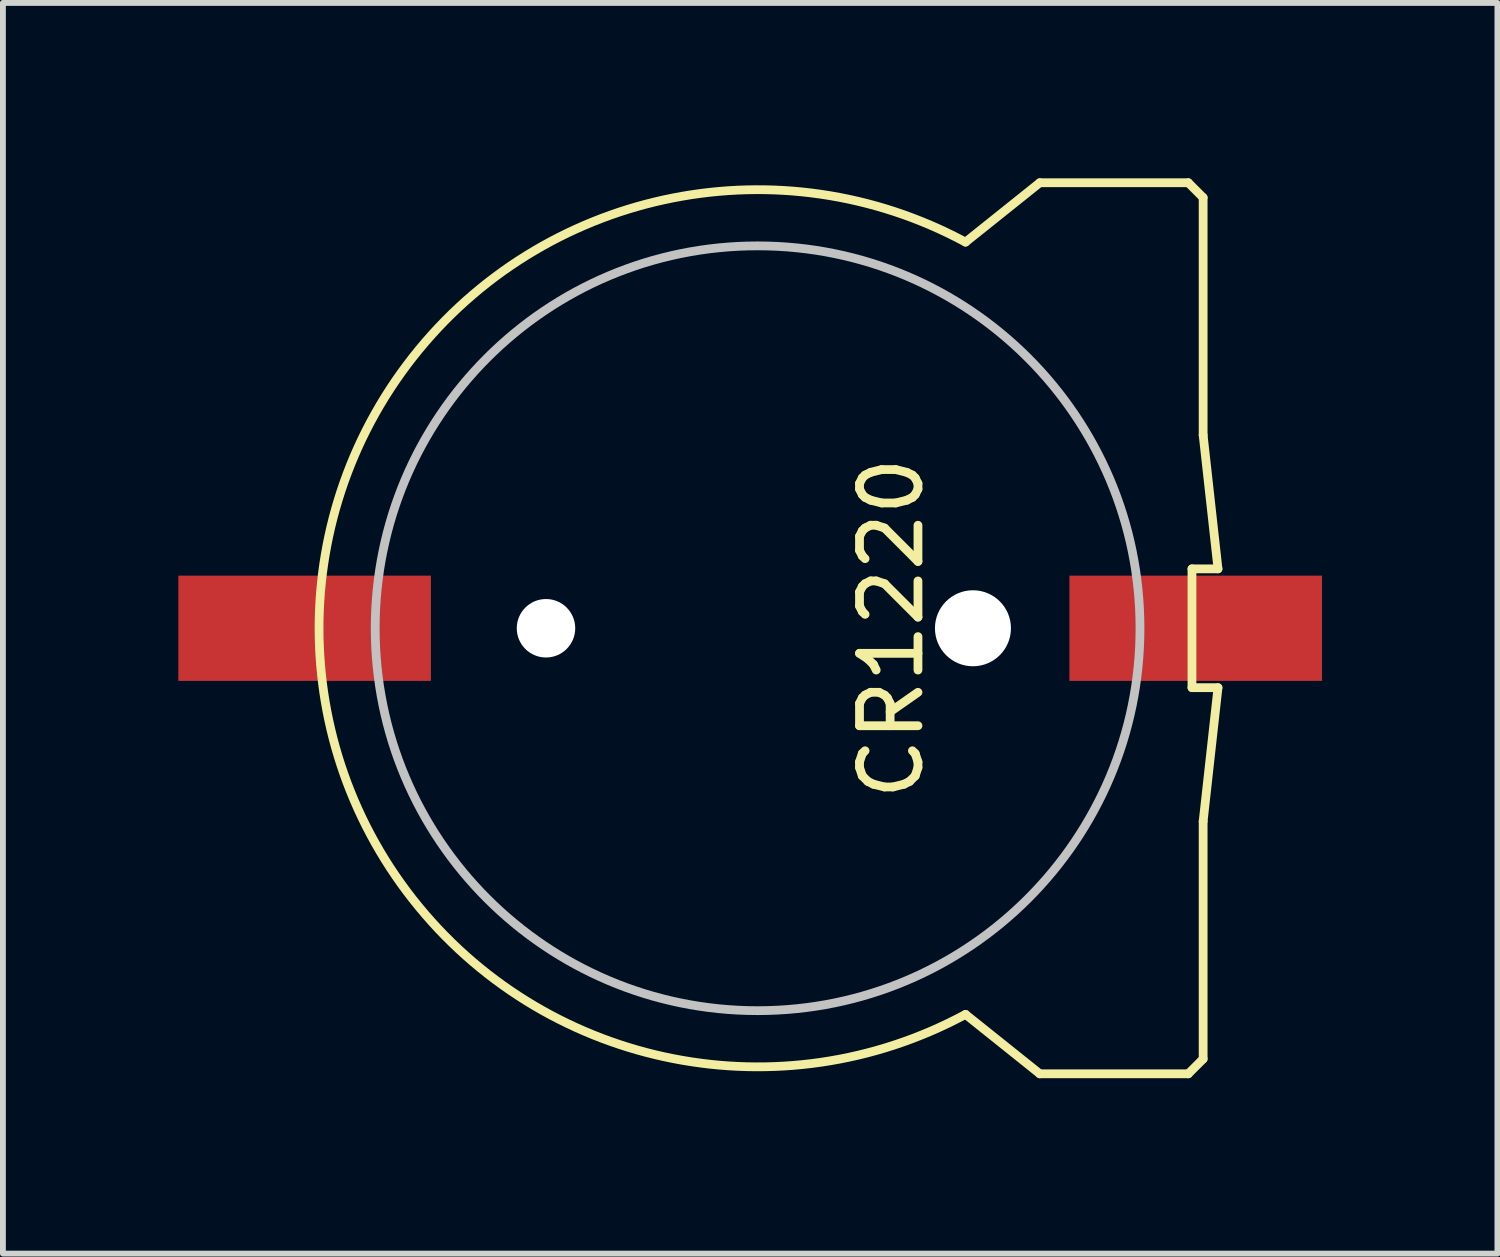
<source format=kicad_pcb>
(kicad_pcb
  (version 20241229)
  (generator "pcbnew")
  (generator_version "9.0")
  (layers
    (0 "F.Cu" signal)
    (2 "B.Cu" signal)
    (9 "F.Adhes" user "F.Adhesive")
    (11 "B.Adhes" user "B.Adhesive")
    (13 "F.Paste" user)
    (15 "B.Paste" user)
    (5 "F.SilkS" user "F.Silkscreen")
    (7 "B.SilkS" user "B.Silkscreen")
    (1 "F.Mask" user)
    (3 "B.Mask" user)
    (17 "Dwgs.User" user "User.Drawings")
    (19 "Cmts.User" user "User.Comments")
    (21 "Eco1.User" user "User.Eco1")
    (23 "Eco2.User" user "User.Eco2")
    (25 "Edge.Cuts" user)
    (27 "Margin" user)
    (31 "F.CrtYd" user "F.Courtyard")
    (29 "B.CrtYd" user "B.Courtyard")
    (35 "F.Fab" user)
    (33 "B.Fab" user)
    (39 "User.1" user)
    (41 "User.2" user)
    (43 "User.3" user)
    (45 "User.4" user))
  (footprint "CR1220"
    (layer "F.Cu")
    (at 9.907 7.695)
    (property "Reference" "CR1220" (at 2.288 0 90) (layer "F.SilkS") (effects (font (size 1 1) (thickness 0.15))))
    (attr through_hole)
    (fp_line (start 3.556 -6.604) (end 4.826 -7.62) (stroke (width 0.15) (type solid)) (layer "F.SilkS"))
    (fp_line (start 4.826 -7.62) (end 7.366 -7.62) (stroke (width 0.15) (type solid)) (layer "F.SilkS"))
    (fp_line (start 4.826 7.62) (end 3.556 6.604) (stroke (width 0.15) (type solid)) (layer "F.SilkS"))
    (fp_line (start 7.366 -7.62) (end 7.62 -7.366) (stroke (width 0.15) (type solid)) (layer "F.SilkS"))
    (fp_line (start 7.366 7.62) (end 4.826 7.62) (stroke (width 0.15) (type solid)) (layer "F.SilkS"))
    (fp_line (start 7.429 -1.016) (end 7.429 1.016) (stroke (width 0.15) (type solid)) (layer "F.SilkS"))
    (fp_line (start 7.429 1.016) (end 7.874 1.016) (stroke (width 0.15) (type solid)) (layer "F.SilkS"))
    (fp_line (start 7.62 -7.366) (end 7.62 -3.302) (stroke (width 0.15) (type solid)) (layer "F.SilkS"))
    (fp_line (start 7.62 -3.302) (end 7.874 -1.016) (stroke (width 0.15) (type solid)) (layer "F.SilkS"))
    (fp_line (start 7.62 3.302) (end 7.62 7.366) (stroke (width 0.15) (type solid)) (layer "F.SilkS"))
    (fp_line (start 7.62 7.366) (end 7.366 7.62) (stroke (width 0.15) (type solid)) (layer "F.SilkS"))
    (fp_line (start 7.874 -1.016) (end 7.429 -1.016) (stroke (width 0.15) (type solid)) (layer "F.SilkS"))
    (fp_line (start 7.874 1.016) (end 7.62 3.302) (stroke (width 0.15) (type solid)) (layer "F.SilkS"))
    (fp_arc (start 3.555998 6.604001) (mid -7.50053 -0.000001) (end 3.556 -6.604) (stroke (width 0.15) (type solid)) (layer "F.SilkS"))
    (fp_circle (center 0 0) (end 6.54 0) (stroke (width 0.15) (type solid)) (fill no) (layer "Dwgs.User"))
    (pad "" np_thru_hole circle (at -3.619 0) (size 1 1) (drill 1) (layers "*.Cu" "*.Mask"))
    (pad "" np_thru_hole circle (at 3.683 0) (size 1.3 1.3) (drill 1.3) (layers "*.Cu" "*.Mask"))
    (pad "1" smd rect (at 7.493 0) (size 4.32 1.8) (layers "F.Cu" "F.Mask" "F.Paste"))
    (pad "2" smd rect (at -7.747 0) (size 4.32 1.8) (layers "F.Cu" "F.Mask" "F.Paste")))
  (gr_rect
    (start -3 -3)
    (end 22.56 18.39)
    (stroke (width 0.1) (type default))
    (fill no)
    (layer "Edge.Cuts")))
</source>
